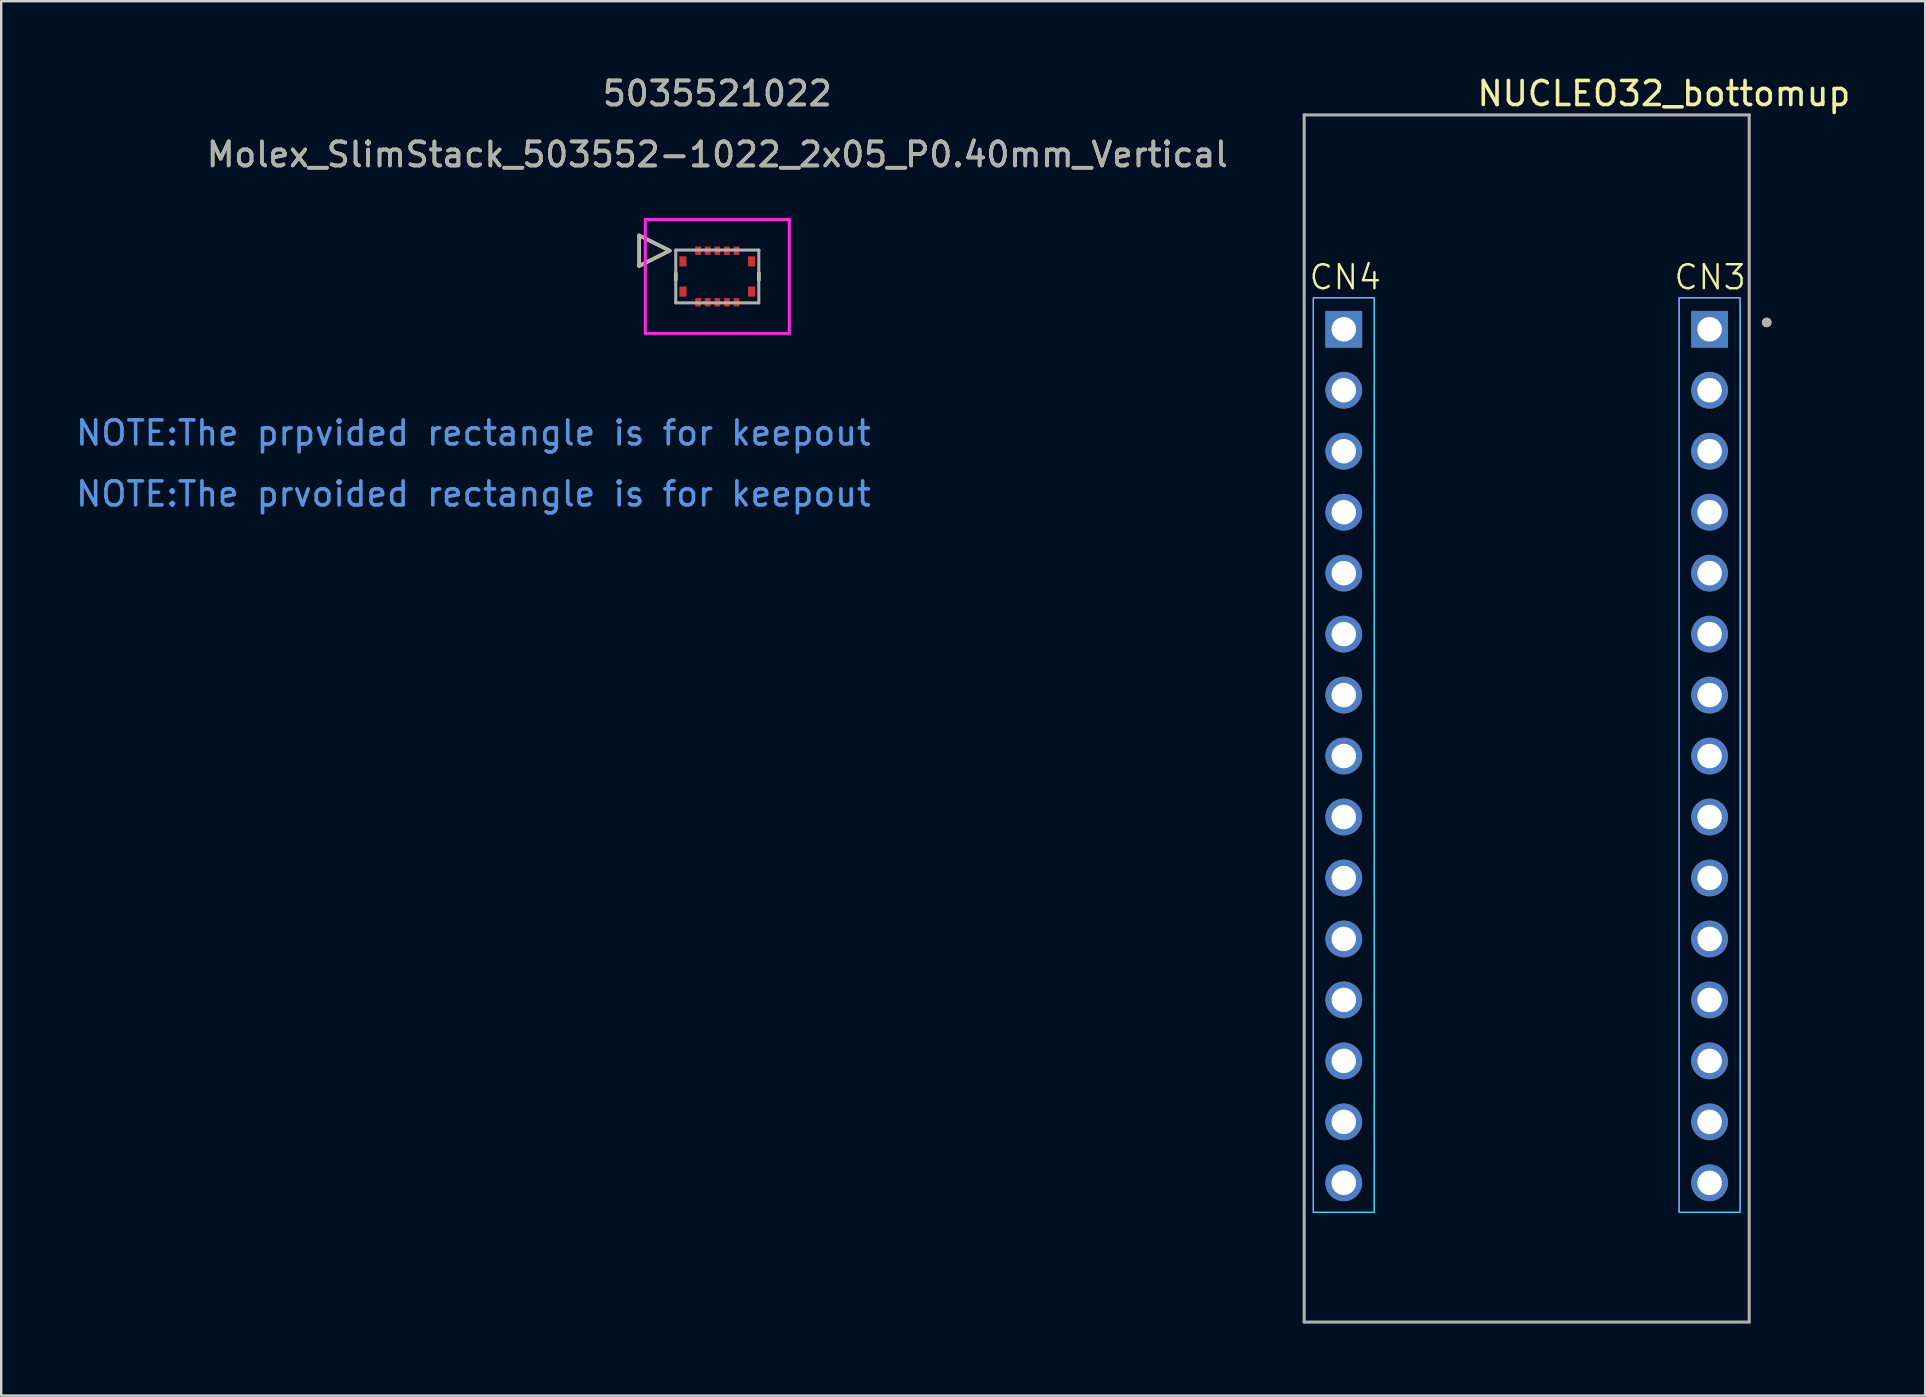
<source format=kicad_pcb>
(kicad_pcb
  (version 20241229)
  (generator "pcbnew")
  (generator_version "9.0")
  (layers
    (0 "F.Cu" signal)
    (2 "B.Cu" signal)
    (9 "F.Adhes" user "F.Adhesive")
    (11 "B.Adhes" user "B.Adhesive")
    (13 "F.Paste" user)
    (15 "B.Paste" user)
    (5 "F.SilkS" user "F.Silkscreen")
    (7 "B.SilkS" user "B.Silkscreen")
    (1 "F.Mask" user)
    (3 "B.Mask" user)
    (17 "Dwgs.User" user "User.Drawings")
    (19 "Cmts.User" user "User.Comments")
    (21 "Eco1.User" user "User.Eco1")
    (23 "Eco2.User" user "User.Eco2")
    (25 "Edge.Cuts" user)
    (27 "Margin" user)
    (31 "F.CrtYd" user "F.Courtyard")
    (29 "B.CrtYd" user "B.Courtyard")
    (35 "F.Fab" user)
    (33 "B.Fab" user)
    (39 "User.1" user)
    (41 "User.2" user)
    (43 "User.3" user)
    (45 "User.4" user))
  (footprint "Molex_SlimStack_503552-1022_2x05_P0.40mm_Vertical"
    (layer "F.Cu")
    (at 26.833 8.468)
    (property "Reference" "Molex_SlimStack_503552-1022_2x05_P0.40mm_Vertical" (at 0 -5.08 0) (unlocked yes) (layer "F.SilkS") (effects (font (size 1 1) (thickness 0.15))))
    (attr smd)
    (fp_line (start -3.254 -1.71) (end -3.254 -0.44) (stroke (width 0.152) (type solid)) (layer "F.SilkS"))
    (fp_line (start -3.254 -0.44) (end -1.984 -1.075) (stroke (width 0.152) (type solid)) (layer "F.SilkS"))
    (fp_line (start -1.984 -1.075) (end -3.254 -1.71) (stroke (width 0.152) (type solid)) (layer "F.SilkS"))
    (fp_line (start -1.73 -0.137) (end -1.73 0.137) (stroke (width 0.152) (type solid)) (layer "F.SilkS"))
    (fp_line (start 1.73 0.137) (end 1.73 -0.137) (stroke (width 0.152) (type solid)) (layer "F.SilkS"))
    (fp_line (start -3 -2.37) (end -3 2.37) (stroke (width 0.127) (type solid)) (layer "F.CrtYd"))
    (fp_line (start -3 2.37) (end 3 2.37) (stroke (width 0.127) (type solid)) (layer "F.CrtYd"))
    (fp_line (start 3 -2.37) (end -3 -2.37) (stroke (width 0.127) (type solid)) (layer "F.CrtYd"))
    (fp_line (start 3 2.37) (end 3 -2.37) (stroke (width 0.127) (type solid)) (layer "F.CrtYd"))
    (fp_line (start -3.254 -1.71) (end -3.254 -0.44) (stroke (width 0.127) (type solid)) (layer "F.Fab"))
    (fp_line (start -3.254 -0.44) (end -1.984 -1.075) (stroke (width 0.127) (type solid)) (layer "F.Fab"))
    (fp_line (start -1.984 -1.075) (end -3.254 -1.71) (stroke (width 0.127) (type solid)) (layer "F.Fab"))
    (fp_line (start -1.73 -1.1) (end -1.73 1.1) (stroke (width 0.127) (type solid)) (layer "F.Fab"))
    (fp_line (start -1.73 1.1) (end 1.73 1.1) (stroke (width 0.127) (type solid)) (layer "F.Fab"))
    (fp_line (start 1.73 -1.1) (end -1.73 -1.1) (stroke (width 0.127) (type solid)) (layer "F.Fab"))
    (fp_line (start 1.73 1.1) (end 1.73 -1.1) (stroke (width 0.127) (type solid)) (layer "F.Fab"))
    (fp_text user "5035521022" (at 0 -7.62 0) (unlocked yes) (layer "F.SilkS") (effects (font (size 1 1) (thickness 0.15))))
    (fp_text user "NOTE:The prvoided rectangle is for keepout" (at -10.16 9.06 0) (unlocked yes) (layer "Cmts.User") (effects (font (size 1 1) (thickness 0.15))))
    (fp_text user "NOTE:The prpvided rectangle is for keepout" (at -10.16 6.52 0) (unlocked yes) (layer "Cmts.User") (effects (font (size 1 1) (thickness 0.15))))
    (fp_text user "${REFERENCE}" (at 0 -5.08 0) (unlocked yes) (layer "F.Fab") (effects (font (size 1 1) (thickness 0.15))))
    (fp_text user "5035521022" (at 0 -7.62 0) (unlocked yes) (layer "F.Fab") (effects (font (size 1 1) (thickness 0.15))))
    (pad "1" smd rect (at -0.8 -1.075) (size 0.24 0.35) (layers "F.Cu" "F.Mask" "F.Paste"))
    (pad "2" smd rect (at -0.4 -1.075) (size 0.24 0.35) (layers "F.Cu" "F.Mask" "F.Paste"))
    (pad "3" smd rect (at 0 -1.075) (size 0.24 0.35) (layers "F.Cu" "F.Mask" "F.Paste"))
    (pad "4" smd rect (at 0.4 -1.075) (size 0.24 0.35) (layers "F.Cu" "F.Mask" "F.Paste"))
    (pad "5" smd rect (at 0.8 -1.075) (size 0.24 0.35) (layers "F.Cu" "F.Mask" "F.Paste"))
    (pad "6" smd rect (at -0.8 1.075) (size 0.24 0.35) (layers "F.Cu" "F.Mask" "F.Paste"))
    (pad "7" smd rect (at -0.4 1.075) (size 0.24 0.35) (layers "F.Cu" "F.Mask" "F.Paste"))
    (pad "8" smd rect (at 0 1.075) (size 0.24 0.35) (layers "F.Cu" "F.Mask" "F.Paste"))
    (pad "9" smd rect (at 0.4 1.075) (size 0.24 0.35) (layers "F.Cu" "F.Mask" "F.Paste"))
    (pad "10" smd rect (at 0.8 1.075) (size 0.24 0.35) (layers "F.Cu" "F.Mask" "F.Paste"))
    (pad "P1" smd rect (at -1.43 -0.63) (size 0.3 0.42) (layers "F.Cu" "F.Mask" "F.Paste"))
    (pad "P2" smd rect (at 1.43 -0.63) (size 0.3 0.42) (layers "F.Cu" "F.Mask" "F.Paste"))
    (pad "P3" smd rect (at -1.43 0.63) (size 0.3 0.42) (layers "F.Cu" "F.Mask" "F.Paste"))
    (pad "P4" smd rect (at 1.43 0.63) (size 0.3 0.42) (layers "F.Cu" "F.Mask" "F.Paste")))
  (footprint "NUCLEO32_bottomup"
    (layer "F.Cu")
    (at 59.029 26.883)
    (property "Reference" "NUCLEO32_bottomup" (at 7.239 -26.035 0) (layer "F.SilkS") (effects (font (size 1 1) (thickness 0.15))))
    (attr through_hole)
    (fp_circle (center 11.524 -16.5) (end 11.424 -16.5) (stroke (width 0.2) (type solid)) (fill no) (layer "F.SilkS"))
    (fp_rect (start -4.826 -17.526) (end -7.366 20.574) (stroke (width 0.05) (type default)) (fill no) (layer "B.CrtYd"))
    (fp_rect (start 10.414 -17.526) (end 7.874 20.574) (stroke (width 0.05) (type default)) (fill no) (layer "B.CrtYd"))
    (fp_rect (start -4.826 -17.526) (end -7.366 20.574) (stroke (width 0.05) (type default)) (fill no) (layer "F.CrtYd"))
    (fp_rect (start 10.414 -17.526) (end 7.874 20.574) (stroke (width 0.05) (type default)) (fill no) (layer "F.CrtYd"))
    (fp_line (start -7.746 -25.145) (end -7.746 25.145) (stroke (width 0.127) (type solid)) (layer "F.Fab"))
    (fp_line (start -7.746 25.145) (end 10.794 25.145) (stroke (width 0.127) (type solid)) (layer "F.Fab"))
    (fp_line (start 10.794 -25.145) (end -7.746 -25.145) (stroke (width 0.127) (type solid)) (layer "F.Fab"))
    (fp_line (start 10.794 25.145) (end 10.794 -25.145) (stroke (width 0.127) (type solid)) (layer "F.Fab"))
    (fp_circle (center 11.524 -16.5) (end 11.424 -16.5) (stroke (width 0.2) (type solid)) (fill no) (layer "F.Fab"))
    (fp_text user "CN3" (at 7.6 -17.8 0) (unlocked yes) (layer "F.SilkS") (effects (font (size 1 1) (thickness 0.1)) (justify left bottom)))
    (fp_text user "CN4" (at -7.6 -17.8 0) (unlocked yes) (layer "F.SilkS") (effects (font (size 1 1) (thickness 0.1)) (justify left bottom)))
    (pad "CN3_1" thru_hole rect (at 9.144 -16.215) (size 1.53 1.53) (drill 1.02) (layers "*.Cu" "*.Mask"))
    (pad "CN3_2" thru_hole circle (at 9.144 -13.675) (size 1.53 1.53) (drill 1.02) (layers "*.Cu" "*.Mask"))
    (pad "CN3_3" thru_hole circle (at 9.144 -11.135) (size 1.53 1.53) (drill 1.02) (layers "*.Cu" "*.Mask"))
    (pad "CN3_4" thru_hole circle (at 9.144 -8.595) (size 1.53 1.53) (drill 1.02) (layers "*.Cu" "*.Mask"))
    (pad "CN3_5" thru_hole circle (at 9.144 -6.055) (size 1.53 1.53) (drill 1.02) (layers "*.Cu" "*.Mask"))
    (pad "CN3_6" thru_hole circle (at 9.144 -3.515) (size 1.53 1.53) (drill 1.02) (layers "*.Cu" "*.Mask"))
    (pad "CN3_7" thru_hole circle (at 9.144 -0.975) (size 1.53 1.53) (drill 1.02) (layers "*.Cu" "*.Mask"))
    (pad "CN3_8" thru_hole circle (at 9.144 1.565) (size 1.53 1.53) (drill 1.02) (layers "*.Cu" "*.Mask"))
    (pad "CN3_9" thru_hole circle (at 9.144 4.105) (size 1.53 1.53) (drill 1.02) (layers "*.Cu" "*.Mask"))
    (pad "CN3_10" thru_hole circle (at 9.144 6.645) (size 1.53 1.53) (drill 1.02) (layers "*.Cu" "*.Mask"))
    (pad "CN3_11" thru_hole circle (at 9.144 9.185) (size 1.53 1.53) (drill 1.02) (layers "*.Cu" "*.Mask"))
    (pad "CN3_12" thru_hole circle (at 9.144 11.725) (size 1.53 1.53) (drill 1.02) (layers "*.Cu" "*.Mask"))
    (pad "CN3_13" thru_hole circle (at 9.144 14.265) (size 1.53 1.53) (drill 1.02) (layers "*.Cu" "*.Mask"))
    (pad "CN3_14" thru_hole circle (at 9.144 16.805) (size 1.53 1.53) (drill 1.02) (layers "*.Cu" "*.Mask"))
    (pad "CN3_15" thru_hole circle (at 9.144 19.345) (size 1.53 1.53) (drill 1.02) (layers "*.Cu" "*.Mask"))
    (pad "CN4_1" thru_hole rect (at -6.096 -16.215) (size 1.53 1.53) (drill 1.02) (layers "*.Cu" "*.Mask"))
    (pad "CN4_2" thru_hole circle (at -6.096 -13.675) (size 1.53 1.53) (drill 1.02) (layers "*.Cu" "*.Mask"))
    (pad "CN4_3" thru_hole circle (at -6.096 -11.135) (size 1.53 1.53) (drill 1.02) (layers "*.Cu" "*.Mask"))
    (pad "CN4_4" thru_hole circle (at -6.096 -8.595) (size 1.53 1.53) (drill 1.02) (layers "*.Cu" "*.Mask"))
    (pad "CN4_5" thru_hole circle (at -6.096 -6.055) (size 1.53 1.53) (drill 1.02) (layers "*.Cu" "*.Mask"))
    (pad "CN4_6" thru_hole circle (at -6.096 -3.515) (size 1.53 1.53) (drill 1.02) (layers "*.Cu" "*.Mask"))
    (pad "CN4_7" thru_hole circle (at -6.096 -0.975) (size 1.53 1.53) (drill 1.02) (layers "*.Cu" "*.Mask"))
    (pad "CN4_8" thru_hole circle (at -6.096 1.565) (size 1.53 1.53) (drill 1.02) (layers "*.Cu" "*.Mask"))
    (pad "CN4_9" thru_hole circle (at -6.096 4.105) (size 1.53 1.53) (drill 1.02) (layers "*.Cu" "*.Mask"))
    (pad "CN4_10" thru_hole circle (at -6.096 6.645) (size 1.53 1.53) (drill 1.02) (layers "*.Cu" "*.Mask"))
    (pad "CN4_11" thru_hole circle (at -6.096 9.185) (size 1.53 1.53) (drill 1.02) (layers "*.Cu" "*.Mask"))
    (pad "CN4_12" thru_hole circle (at -6.096 11.725) (size 1.53 1.53) (drill 1.02) (layers "*.Cu" "*.Mask"))
    (pad "CN4_13" thru_hole circle (at -6.096 14.265) (size 1.53 1.53) (drill 1.02) (layers "*.Cu" "*.Mask"))
    (pad "CN4_14" thru_hole circle (at -6.096 16.805) (size 1.53 1.53) (drill 1.02) (layers "*.Cu" "*.Mask"))
    (pad "CN4_15" thru_hole circle (at -6.096 19.345) (size 1.53 1.53) (drill 1.02) (layers "*.Cu" "*.Mask")))
  (gr_rect
    (start -3 -3)
    (end 77.155 55.092)
    (stroke (width 0.1) (type default))
    (fill no)
    (layer "Edge.Cuts")))
</source>
